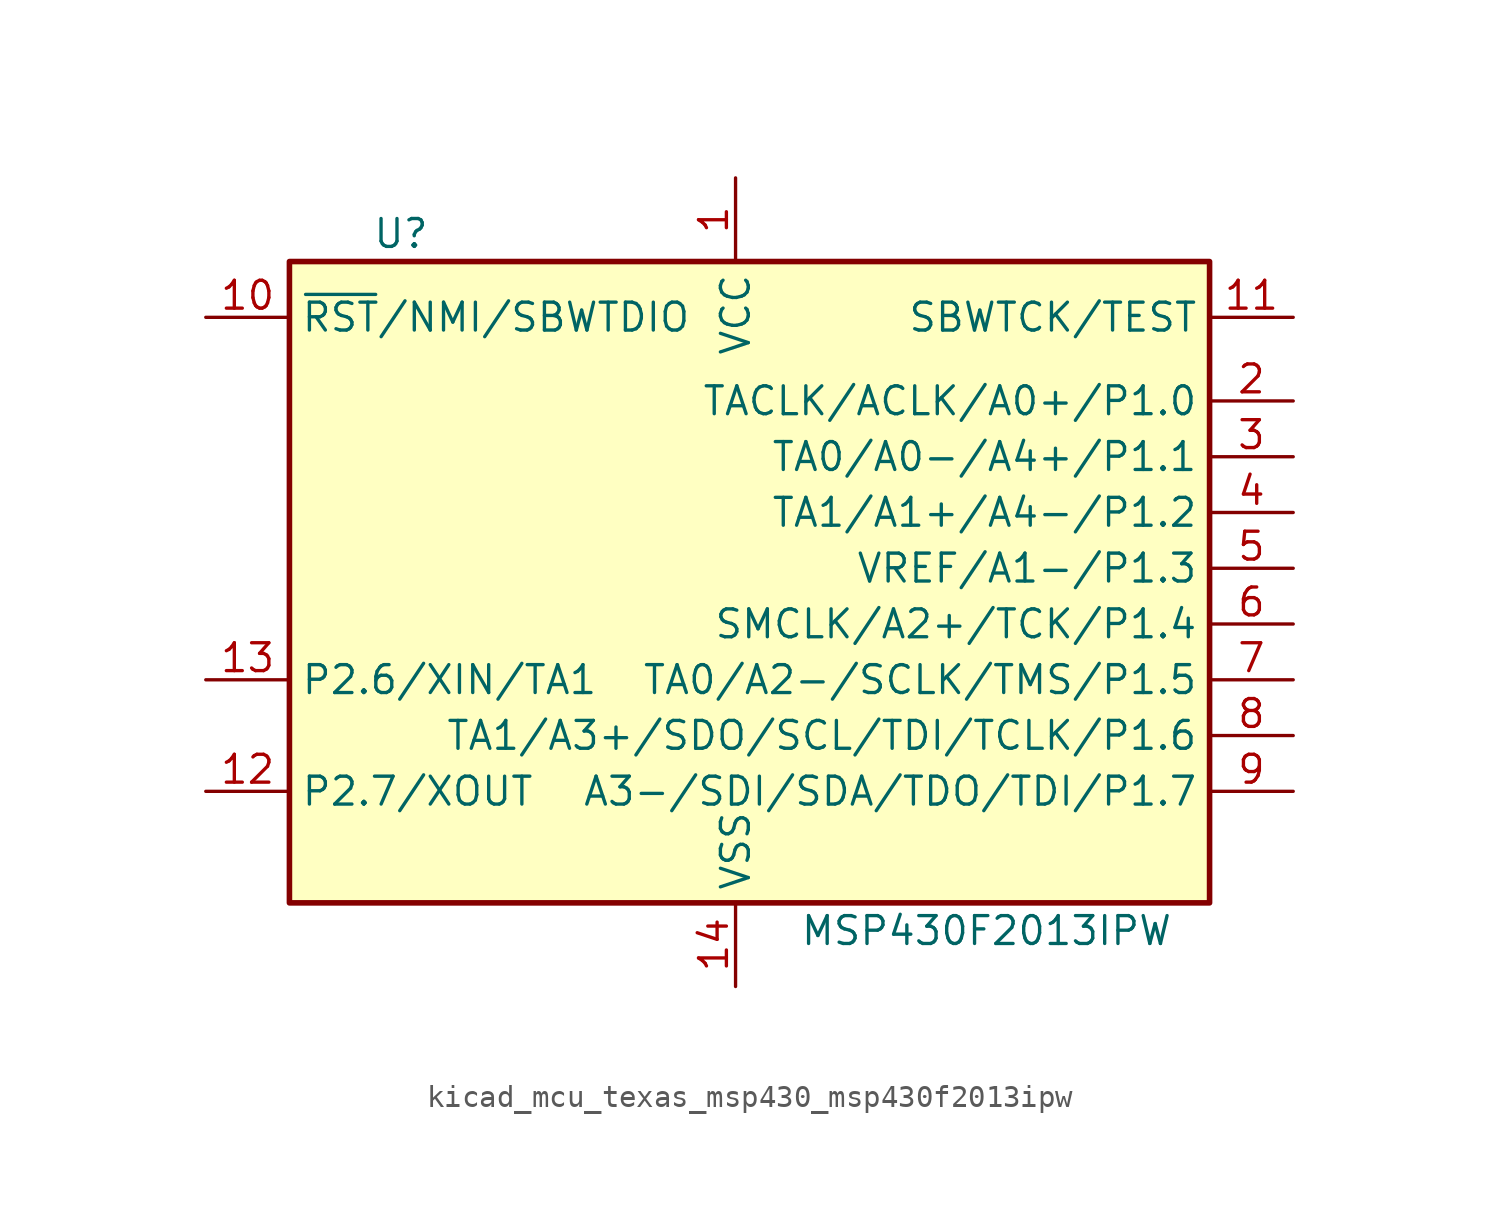
<source format=kicad_sym>
(kicad_symbol_lib
  (version 20220914)
  (generator kicad_symbol_editor)
  (symbol "kicad_mcu_texas_msp430_msp430f2013ipw"
    (property "Reference" "U"
      (at -15.24 15.24 0)
      (effects (font (size 1.27 1.27))))
    (property "Value" "MSP430F2013IPW"
      (at 11.43 -16.51 0)
      (effects (font (size 1.27 1.27))))
    (symbol "kicad_mcu_texas_msp430_msp430f2013ipw_0_1"
      (rectangle (start -20.32 13.97) (end 21.59 -15.24) (stroke (width 0.254) (type default)) (fill (type background))))
    (symbol "kicad_mcu_texas_msp430_msp430f2013ipw_1_1"
      (pin power_in line (at 0 17.78 270) (length 3.81) (name "VCC" (effects (font (size 1.27 1.27)))) (number "1" (effects (font (size 1.27 1.27)))))
      (pin input line (at -24.13 11.43 0) (length 3.81) (name "~{RST}/NMI/SBWTDIO" (effects (font (size 1.27 1.27)))) (number "10" (effects (font (size 1.27 1.27)))))
      (pin input line (at 25.4 11.43 180) (length 3.81) (name "SBWTCK/TEST" (effects (font (size 1.27 1.27)))) (number "11" (effects (font (size 1.27 1.27)))))
      (pin bidirectional line (at -24.13 -10.16 0) (length 3.81) (name "P2.7/XOUT" (effects (font (size 1.27 1.27)))) (number "12" (effects (font (size 1.27 1.27)))))
      (pin bidirectional line (at -24.13 -5.08 0) (length 3.81) (name "P2.6/XIN/TA1" (effects (font (size 1.27 1.27)))) (number "13" (effects (font (size 1.27 1.27)))))
      (pin power_in line (at 0 -19.05 90) (length 3.81) (name "VSS" (effects (font (size 1.27 1.27)))) (number "14" (effects (font (size 1.27 1.27)))))
      (pin bidirectional line (at 25.4 7.62 180) (length 3.81) (name "TACLK/ACLK/A0+/P1.0" (effects (font (size 1.27 1.27)))) (number "2" (effects (font (size 1.27 1.27)))))
      (pin bidirectional line (at 25.4 5.08 180) (length 3.81) (name "TA0/A0-/A4+/P1.1" (effects (font (size 1.27 1.27)))) (number "3" (effects (font (size 1.27 1.27)))))
      (pin bidirectional line (at 25.4 2.54 180) (length 3.81) (name "TA1/A1+/A4-/P1.2" (effects (font (size 1.27 1.27)))) (number "4" (effects (font (size 1.27 1.27)))))
      (pin bidirectional line (at 25.4 0 180) (length 3.81) (name "VREF/A1-/P1.3" (effects (font (size 1.27 1.27)))) (number "5" (effects (font (size 1.27 1.27)))))
      (pin bidirectional line (at 25.4 -2.54 180) (length 3.81) (name "SMCLK/A2+/TCK/P1.4" (effects (font (size 1.27 1.27)))) (number "6" (effects (font (size 1.27 1.27)))))
      (pin bidirectional line (at 25.4 -5.08 180) (length 3.81) (name "TA0/A2-/SCLK/TMS/P1.5" (effects (font (size 1.27 1.27)))) (number "7" (effects (font (size 1.27 1.27)))))
      (pin bidirectional line (at 25.4 -7.62 180) (length 3.81) (name "TA1/A3+/SDO/SCL/TDI/TCLK/P1.6" (effects (font (size 1.27 1.27)))) (number "8" (effects (font (size 1.27 1.27)))))
      (pin bidirectional line (at 25.4 -10.16 180) (length 3.81) (name "A3-/SDI/SDA/TDO/TDI/P1.7" (effects (font (size 1.27 1.27)))) (number "9" (effects (font (size 1.27 1.27))))))))
</source>
